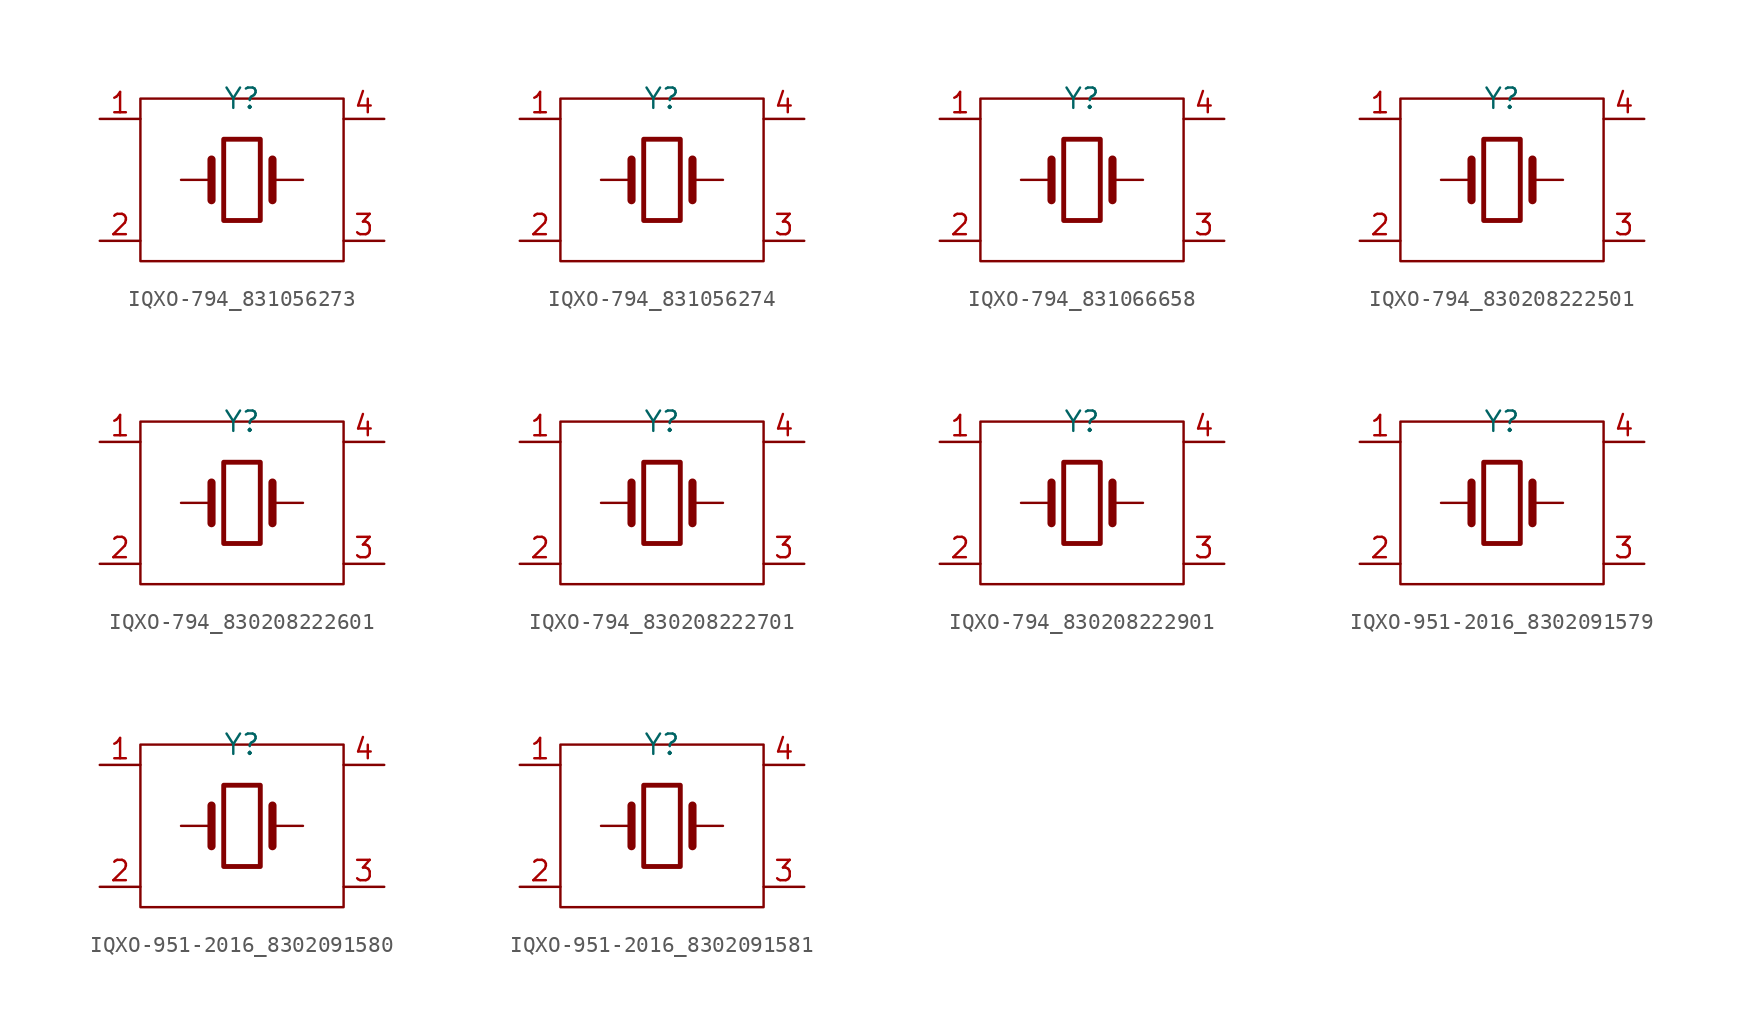
<source format=kicad_sym>
(kicad_symbol_lib
  (version 20220914)
  (generator kicad_symbol_editor)
  (symbol "IQXO-794_831056273"
    (pin_names hide)
    (property "Reference" "Y"
      (at 0 5.08 0)
      (effects (font (size 1.27 1.27))))
    (property "Critical Parameter" ""
      (at 0 -5.08 0)
      (effects (font (size 1.27 1.27)) (justify left)))
    (symbol "IQXO-794_831056273_0_1"
      (rectangle (start -6.35 5.08) (end 6.35 -5.08) (stroke (width 0) (type default)) (fill (type none)))
      (rectangle (start -1.143 2.54) (end 1.143 -2.54) (stroke (width 0.305) (type default)) (fill (type none)))
      (polyline (pts (xy -3.81 0) (xy -1.905 0)) (stroke (width 0) (type default)) (fill (type none)))
      (polyline (pts (xy -1.905 -1.27) (xy -1.905 1.27)) (stroke (width 0.508) (type default)) (fill (type none)))
      (polyline (pts (xy 1.905 -1.27) (xy 1.905 1.27)) (stroke (width 0.508) (type default)) (fill (type none)))
      (polyline (pts (xy 3.81 0) (xy 1.905 0)) (stroke (width 0) (type default)) (fill (type none))))
    (symbol "IQXO-794_831056273_1_1"
      (pin passive line (at -8.89 3.81 0) (length 2.54) (name "E/D" (effects (font (size 1.27 1.27)))) (number "1" (effects (font (size 1.27 1.27)))))
      (pin passive line (at -8.89 -3.81 0) (length 2.54) (name "GND" (effects (font (size 1.27 1.27)))) (number "2" (effects (font (size 1.27 1.27)))))
      (pin passive line (at 8.89 -3.81 180) (length 2.54) (name "OUT" (effects (font (size 1.27 1.27)))) (number "3" (effects (font (size 1.27 1.27)))))
      (pin passive line (at 8.89 3.81 180) (length 2.54) (name "+VS" (effects (font (size 1.27 1.27)))) (number "4" (effects (font (size 1.27 1.27)))))))
  (symbol "IQXO-794_831056274"
    (pin_names hide)
    (property "Reference" "Y"
      (at 0 5.08 0)
      (effects (font (size 1.27 1.27))))
    (property "Critical Parameter" ""
      (at 0 -5.08 0)
      (effects (font (size 1.27 1.27)) (justify left)))
    (symbol "IQXO-794_831056274_0_1"
      (rectangle (start -6.35 5.08) (end 6.35 -5.08) (stroke (width 0) (type default)) (fill (type none)))
      (rectangle (start -1.143 2.54) (end 1.143 -2.54) (stroke (width 0.305) (type default)) (fill (type none)))
      (polyline (pts (xy -3.81 0) (xy -1.905 0)) (stroke (width 0) (type default)) (fill (type none)))
      (polyline (pts (xy -1.905 -1.27) (xy -1.905 1.27)) (stroke (width 0.508) (type default)) (fill (type none)))
      (polyline (pts (xy 1.905 -1.27) (xy 1.905 1.27)) (stroke (width 0.508) (type default)) (fill (type none)))
      (polyline (pts (xy 3.81 0) (xy 1.905 0)) (stroke (width 0) (type default)) (fill (type none))))
    (symbol "IQXO-794_831056274_1_1"
      (pin passive line (at -8.89 3.81 0) (length 2.54) (name "E/D" (effects (font (size 1.27 1.27)))) (number "1" (effects (font (size 1.27 1.27)))))
      (pin passive line (at -8.89 -3.81 0) (length 2.54) (name "GND" (effects (font (size 1.27 1.27)))) (number "2" (effects (font (size 1.27 1.27)))))
      (pin passive line (at 8.89 -3.81 180) (length 2.54) (name "OUT" (effects (font (size 1.27 1.27)))) (number "3" (effects (font (size 1.27 1.27)))))
      (pin passive line (at 8.89 3.81 180) (length 2.54) (name "+VS" (effects (font (size 1.27 1.27)))) (number "4" (effects (font (size 1.27 1.27)))))))
  (symbol "IQXO-794_831066658"
    (pin_names hide)
    (property "Reference" "Y"
      (at 0 5.08 0)
      (effects (font (size 1.27 1.27))))
    (property "Critical Parameter" ""
      (at 0 -5.08 0)
      (effects (font (size 1.27 1.27)) (justify left)))
    (symbol "IQXO-794_831066658_0_1"
      (rectangle (start -6.35 5.08) (end 6.35 -5.08) (stroke (width 0) (type default)) (fill (type none)))
      (rectangle (start -1.143 2.54) (end 1.143 -2.54) (stroke (width 0.305) (type default)) (fill (type none)))
      (polyline (pts (xy -3.81 0) (xy -1.905 0)) (stroke (width 0) (type default)) (fill (type none)))
      (polyline (pts (xy -1.905 -1.27) (xy -1.905 1.27)) (stroke (width 0.508) (type default)) (fill (type none)))
      (polyline (pts (xy 1.905 -1.27) (xy 1.905 1.27)) (stroke (width 0.508) (type default)) (fill (type none)))
      (polyline (pts (xy 3.81 0) (xy 1.905 0)) (stroke (width 0) (type default)) (fill (type none))))
    (symbol "IQXO-794_831066658_1_1"
      (pin passive line (at -8.89 3.81 0) (length 2.54) (name "E/D" (effects (font (size 1.27 1.27)))) (number "1" (effects (font (size 1.27 1.27)))))
      (pin passive line (at -8.89 -3.81 0) (length 2.54) (name "GND" (effects (font (size 1.27 1.27)))) (number "2" (effects (font (size 1.27 1.27)))))
      (pin passive line (at 8.89 -3.81 180) (length 2.54) (name "OUT" (effects (font (size 1.27 1.27)))) (number "3" (effects (font (size 1.27 1.27)))))
      (pin passive line (at 8.89 3.81 180) (length 2.54) (name "+VS" (effects (font (size 1.27 1.27)))) (number "4" (effects (font (size 1.27 1.27)))))))
  (symbol "IQXO-794_830208222501"
    (pin_names hide)
    (property "Reference" "Y"
      (at 0 5.08 0)
      (effects (font (size 1.27 1.27))))
    (property "Critical Parameter" ""
      (at 0 -5.08 0)
      (effects (font (size 1.27 1.27)) (justify left)))
    (symbol "IQXO-794_830208222501_0_1"
      (rectangle (start -6.35 5.08) (end 6.35 -5.08) (stroke (width 0) (type default)) (fill (type none)))
      (rectangle (start -1.143 2.54) (end 1.143 -2.54) (stroke (width 0.305) (type default)) (fill (type none)))
      (polyline (pts (xy -3.81 0) (xy -1.905 0)) (stroke (width 0) (type default)) (fill (type none)))
      (polyline (pts (xy -1.905 -1.27) (xy -1.905 1.27)) (stroke (width 0.508) (type default)) (fill (type none)))
      (polyline (pts (xy 1.905 -1.27) (xy 1.905 1.27)) (stroke (width 0.508) (type default)) (fill (type none)))
      (polyline (pts (xy 3.81 0) (xy 1.905 0)) (stroke (width 0) (type default)) (fill (type none))))
    (symbol "IQXO-794_830208222501_1_1"
      (pin passive line (at -8.89 3.81 0) (length 2.54) (name "E/D" (effects (font (size 1.27 1.27)))) (number "1" (effects (font (size 1.27 1.27)))))
      (pin passive line (at -8.89 -3.81 0) (length 2.54) (name "GND" (effects (font (size 1.27 1.27)))) (number "2" (effects (font (size 1.27 1.27)))))
      (pin passive line (at 8.89 -3.81 180) (length 2.54) (name "OUT" (effects (font (size 1.27 1.27)))) (number "3" (effects (font (size 1.27 1.27)))))
      (pin passive line (at 8.89 3.81 180) (length 2.54) (name "+VS" (effects (font (size 1.27 1.27)))) (number "4" (effects (font (size 1.27 1.27)))))))
  (symbol "IQXO-794_830208222601"
    (pin_names hide)
    (property "Reference" "Y"
      (at 0 5.08 0)
      (effects (font (size 1.27 1.27))))
    (property "Critical Parameter" ""
      (at 0 -5.08 0)
      (effects (font (size 1.27 1.27)) (justify left)))
    (symbol "IQXO-794_830208222601_0_1"
      (rectangle (start -6.35 5.08) (end 6.35 -5.08) (stroke (width 0) (type default)) (fill (type none)))
      (rectangle (start -1.143 2.54) (end 1.143 -2.54) (stroke (width 0.305) (type default)) (fill (type none)))
      (polyline (pts (xy -3.81 0) (xy -1.905 0)) (stroke (width 0) (type default)) (fill (type none)))
      (polyline (pts (xy -1.905 -1.27) (xy -1.905 1.27)) (stroke (width 0.508) (type default)) (fill (type none)))
      (polyline (pts (xy 1.905 -1.27) (xy 1.905 1.27)) (stroke (width 0.508) (type default)) (fill (type none)))
      (polyline (pts (xy 3.81 0) (xy 1.905 0)) (stroke (width 0) (type default)) (fill (type none))))
    (symbol "IQXO-794_830208222601_1_1"
      (pin passive line (at -8.89 3.81 0) (length 2.54) (name "E/D" (effects (font (size 1.27 1.27)))) (number "1" (effects (font (size 1.27 1.27)))))
      (pin passive line (at -8.89 -3.81 0) (length 2.54) (name "GND" (effects (font (size 1.27 1.27)))) (number "2" (effects (font (size 1.27 1.27)))))
      (pin passive line (at 8.89 -3.81 180) (length 2.54) (name "OUT" (effects (font (size 1.27 1.27)))) (number "3" (effects (font (size 1.27 1.27)))))
      (pin passive line (at 8.89 3.81 180) (length 2.54) (name "+VS" (effects (font (size 1.27 1.27)))) (number "4" (effects (font (size 1.27 1.27)))))))
  (symbol "IQXO-794_830208222701"
    (pin_names hide)
    (property "Reference" "Y"
      (at 0 5.08 0)
      (effects (font (size 1.27 1.27))))
    (property "Critical Parameter" ""
      (at 0 -5.08 0)
      (effects (font (size 1.27 1.27)) (justify left)))
    (symbol "IQXO-794_830208222701_0_1"
      (rectangle (start -6.35 5.08) (end 6.35 -5.08) (stroke (width 0) (type default)) (fill (type none)))
      (rectangle (start -1.143 2.54) (end 1.143 -2.54) (stroke (width 0.305) (type default)) (fill (type none)))
      (polyline (pts (xy -3.81 0) (xy -1.905 0)) (stroke (width 0) (type default)) (fill (type none)))
      (polyline (pts (xy -1.905 -1.27) (xy -1.905 1.27)) (stroke (width 0.508) (type default)) (fill (type none)))
      (polyline (pts (xy 1.905 -1.27) (xy 1.905 1.27)) (stroke (width 0.508) (type default)) (fill (type none)))
      (polyline (pts (xy 3.81 0) (xy 1.905 0)) (stroke (width 0) (type default)) (fill (type none))))
    (symbol "IQXO-794_830208222701_1_1"
      (pin passive line (at -8.89 3.81 0) (length 2.54) (name "E/D" (effects (font (size 1.27 1.27)))) (number "1" (effects (font (size 1.27 1.27)))))
      (pin passive line (at -8.89 -3.81 0) (length 2.54) (name "GND" (effects (font (size 1.27 1.27)))) (number "2" (effects (font (size 1.27 1.27)))))
      (pin passive line (at 8.89 -3.81 180) (length 2.54) (name "OUT" (effects (font (size 1.27 1.27)))) (number "3" (effects (font (size 1.27 1.27)))))
      (pin passive line (at 8.89 3.81 180) (length 2.54) (name "+VS" (effects (font (size 1.27 1.27)))) (number "4" (effects (font (size 1.27 1.27)))))))
  (symbol "IQXO-794_830208222901"
    (pin_names hide)
    (property "Reference" "Y"
      (at 0 5.08 0)
      (effects (font (size 1.27 1.27))))
    (property "Critical Parameter" ""
      (at 0 -5.08 0)
      (effects (font (size 1.27 1.27)) (justify left)))
    (symbol "IQXO-794_830208222901_0_1"
      (rectangle (start -6.35 5.08) (end 6.35 -5.08) (stroke (width 0) (type default)) (fill (type none)))
      (rectangle (start -1.143 2.54) (end 1.143 -2.54) (stroke (width 0.305) (type default)) (fill (type none)))
      (polyline (pts (xy -3.81 0) (xy -1.905 0)) (stroke (width 0) (type default)) (fill (type none)))
      (polyline (pts (xy -1.905 -1.27) (xy -1.905 1.27)) (stroke (width 0.508) (type default)) (fill (type none)))
      (polyline (pts (xy 1.905 -1.27) (xy 1.905 1.27)) (stroke (width 0.508) (type default)) (fill (type none)))
      (polyline (pts (xy 3.81 0) (xy 1.905 0)) (stroke (width 0) (type default)) (fill (type none))))
    (symbol "IQXO-794_830208222901_1_1"
      (pin passive line (at -8.89 3.81 0) (length 2.54) (name "E/D" (effects (font (size 1.27 1.27)))) (number "1" (effects (font (size 1.27 1.27)))))
      (pin passive line (at -8.89 -3.81 0) (length 2.54) (name "GND" (effects (font (size 1.27 1.27)))) (number "2" (effects (font (size 1.27 1.27)))))
      (pin passive line (at 8.89 -3.81 180) (length 2.54) (name "OUT" (effects (font (size 1.27 1.27)))) (number "3" (effects (font (size 1.27 1.27)))))
      (pin passive line (at 8.89 3.81 180) (length 2.54) (name "+VS" (effects (font (size 1.27 1.27)))) (number "4" (effects (font (size 1.27 1.27)))))))
  (symbol "IQXO-951-2016_8302091579"
    (pin_names hide)
    (property "Reference" "Y"
      (at 0 5.08 0)
      (effects (font (size 1.27 1.27))))
    (property "Critical Parameter" ""
      (at 0 -5.08 0)
      (effects (font (size 1.27 1.27)) (justify left)))
    (symbol "IQXO-951-2016_8302091579_0_1"
      (rectangle (start -6.35 5.08) (end 6.35 -5.08) (stroke (width 0) (type default)) (fill (type none)))
      (rectangle (start -1.143 2.54) (end 1.143 -2.54) (stroke (width 0.305) (type default)) (fill (type none)))
      (polyline (pts (xy -3.81 0) (xy -1.905 0)) (stroke (width 0) (type default)) (fill (type none)))
      (polyline (pts (xy -1.905 -1.27) (xy -1.905 1.27)) (stroke (width 0.508) (type default)) (fill (type none)))
      (polyline (pts (xy 1.905 -1.27) (xy 1.905 1.27)) (stroke (width 0.508) (type default)) (fill (type none)))
      (polyline (pts (xy 3.81 0) (xy 1.905 0)) (stroke (width 0) (type default)) (fill (type none))))
    (symbol "IQXO-951-2016_8302091579_1_1"
      (pin passive line (at -8.89 3.81 0) (length 2.54) (name "E/D" (effects (font (size 1.27 1.27)))) (number "1" (effects (font (size 1.27 1.27)))))
      (pin passive line (at -8.89 -3.81 0) (length 2.54) (name "GND" (effects (font (size 1.27 1.27)))) (number "2" (effects (font (size 1.27 1.27)))))
      (pin passive line (at 8.89 -3.81 180) (length 2.54) (name "OUT" (effects (font (size 1.27 1.27)))) (number "3" (effects (font (size 1.27 1.27)))))
      (pin passive line (at 8.89 3.81 180) (length 2.54) (name "+VS" (effects (font (size 1.27 1.27)))) (number "4" (effects (font (size 1.27 1.27)))))))
  (symbol "IQXO-951-2016_8302091580"
    (pin_names hide)
    (property "Reference" "Y"
      (at 0 5.08 0)
      (effects (font (size 1.27 1.27))))
    (property "Critical Parameter" ""
      (at 0 -5.08 0)
      (effects (font (size 1.27 1.27)) (justify left)))
    (symbol "IQXO-951-2016_8302091580_0_1"
      (rectangle (start -6.35 5.08) (end 6.35 -5.08) (stroke (width 0) (type default)) (fill (type none)))
      (rectangle (start -1.143 2.54) (end 1.143 -2.54) (stroke (width 0.305) (type default)) (fill (type none)))
      (polyline (pts (xy -3.81 0) (xy -1.905 0)) (stroke (width 0) (type default)) (fill (type none)))
      (polyline (pts (xy -1.905 -1.27) (xy -1.905 1.27)) (stroke (width 0.508) (type default)) (fill (type none)))
      (polyline (pts (xy 1.905 -1.27) (xy 1.905 1.27)) (stroke (width 0.508) (type default)) (fill (type none)))
      (polyline (pts (xy 3.81 0) (xy 1.905 0)) (stroke (width 0) (type default)) (fill (type none))))
    (symbol "IQXO-951-2016_8302091580_1_1"
      (pin passive line (at -8.89 3.81 0) (length 2.54) (name "E/D" (effects (font (size 1.27 1.27)))) (number "1" (effects (font (size 1.27 1.27)))))
      (pin passive line (at -8.89 -3.81 0) (length 2.54) (name "GND" (effects (font (size 1.27 1.27)))) (number "2" (effects (font (size 1.27 1.27)))))
      (pin passive line (at 8.89 -3.81 180) (length 2.54) (name "OUT" (effects (font (size 1.27 1.27)))) (number "3" (effects (font (size 1.27 1.27)))))
      (pin passive line (at 8.89 3.81 180) (length 2.54) (name "+VS" (effects (font (size 1.27 1.27)))) (number "4" (effects (font (size 1.27 1.27)))))))
  (symbol "IQXO-951-2016_8302091581"
    (pin_names hide)
    (property "Reference" "Y"
      (at 0 5.08 0)
      (effects (font (size 1.27 1.27))))
    (property "Critical Parameter" ""
      (at 0 -5.08 0)
      (effects (font (size 1.27 1.27)) (justify left)))
    (symbol "IQXO-951-2016_8302091581_0_1"
      (rectangle (start -6.35 5.08) (end 6.35 -5.08) (stroke (width 0) (type default)) (fill (type none)))
      (rectangle (start -1.143 2.54) (end 1.143 -2.54) (stroke (width 0.305) (type default)) (fill (type none)))
      (polyline (pts (xy -3.81 0) (xy -1.905 0)) (stroke (width 0) (type default)) (fill (type none)))
      (polyline (pts (xy -1.905 -1.27) (xy -1.905 1.27)) (stroke (width 0.508) (type default)) (fill (type none)))
      (polyline (pts (xy 1.905 -1.27) (xy 1.905 1.27)) (stroke (width 0.508) (type default)) (fill (type none)))
      (polyline (pts (xy 3.81 0) (xy 1.905 0)) (stroke (width 0) (type default)) (fill (type none))))
    (symbol "IQXO-951-2016_8302091581_1_1"
      (pin passive line (at -8.89 3.81 0) (length 2.54) (name "E/D" (effects (font (size 1.27 1.27)))) (number "1" (effects (font (size 1.27 1.27)))))
      (pin passive line (at -8.89 -3.81 0) (length 2.54) (name "GND" (effects (font (size 1.27 1.27)))) (number "2" (effects (font (size 1.27 1.27)))))
      (pin passive line (at 8.89 -3.81 180) (length 2.54) (name "OUT" (effects (font (size 1.27 1.27)))) (number "3" (effects (font (size 1.27 1.27)))))
      (pin passive line (at 8.89 3.81 180) (length 2.54) (name "+VS" (effects (font (size 1.27 1.27)))) (number "4" (effects (font (size 1.27 1.27))))))))
</source>
